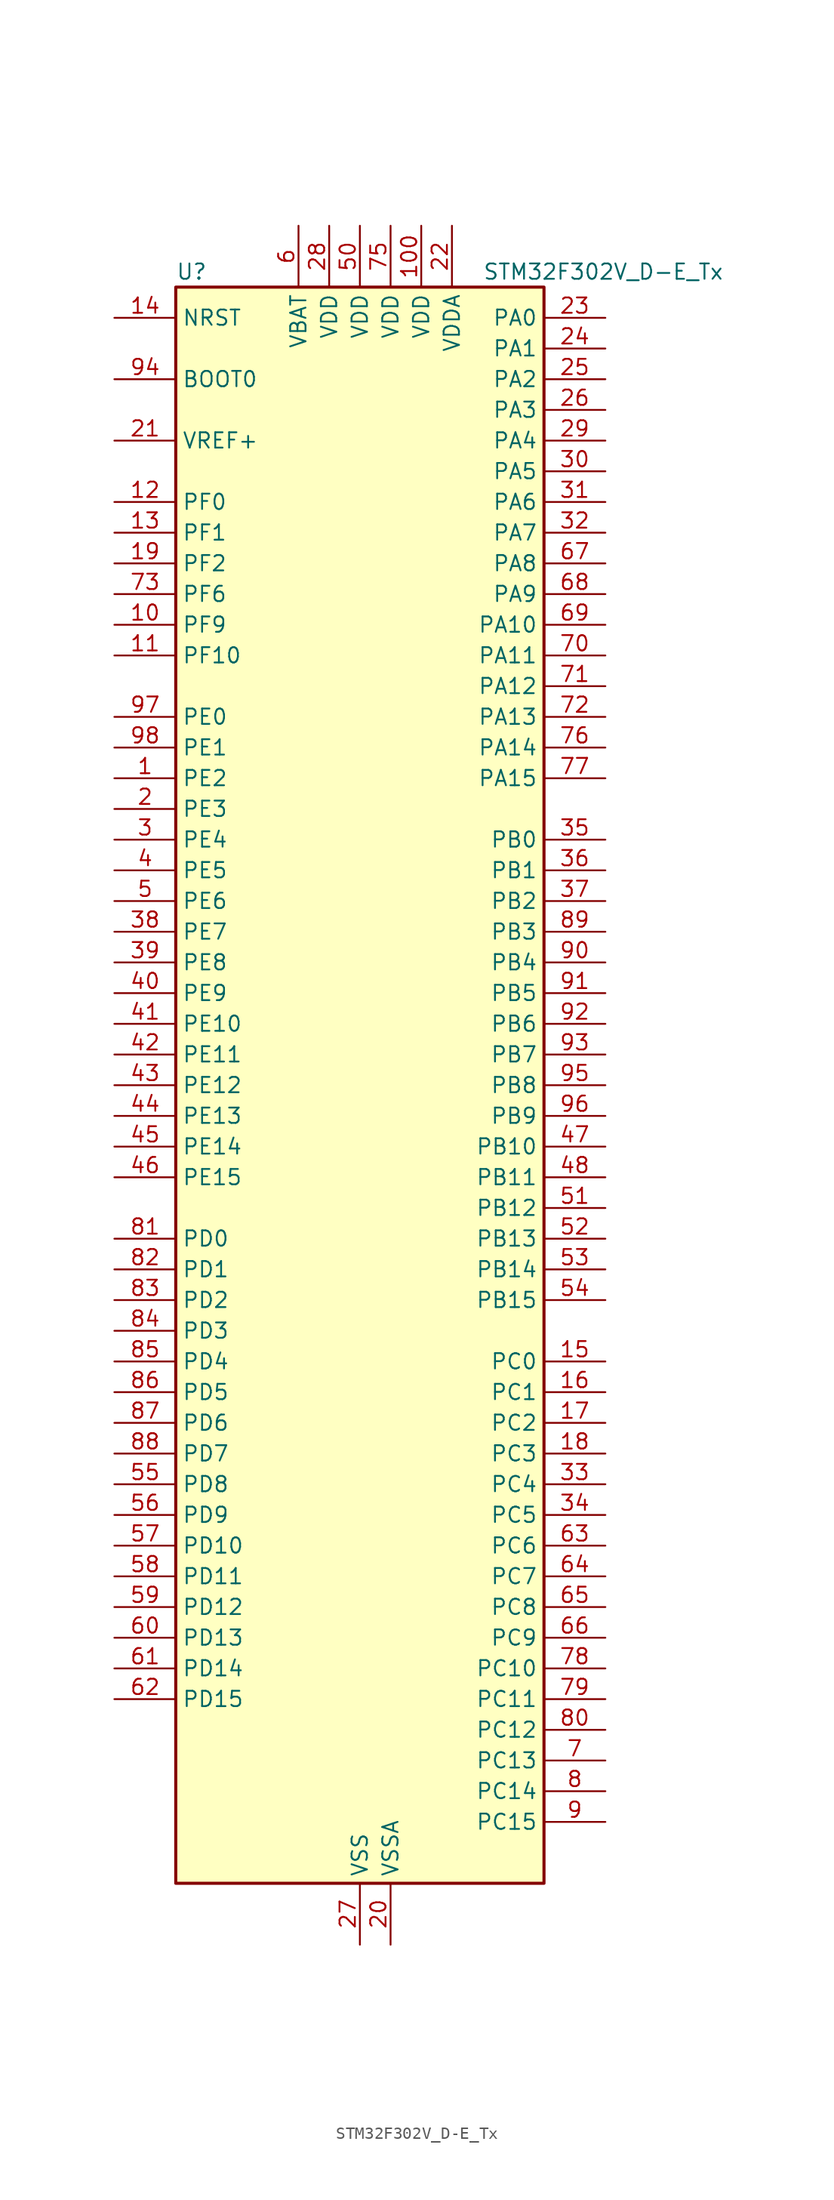
<source format=kicad_sym>
(kicad_symbol_lib
  (version 20220914)
  (generator kicad_symbol_editor)
  (symbol "STM32F302V_D-E_Tx"
    (property "Reference" "U"
      (at -15.24 67.31 0)
      (effects (font (size 1.27 1.27)) (justify left)))
    (property "Value" "STM32F302V_D-E_Tx"
      (at 10.16 67.31 0)
      (effects (font (size 1.27 1.27)) (justify left)))
    (property "ki_locked" ""
      (at 0 0 0)
      (effects (font (size 1.27 1.27))))
    (symbol "STM32F302V_D-E_Tx_0_1"
      (rectangle (start -15.24 -66.04) (end 15.24 66.04) (stroke (width 0.254) (type default)) (fill (type background))))
    (symbol "STM32F302V_D-E_Tx_1_1"
      (pin bidirectional line (at -20.32 25.4 0) (length 5.08) (name "PE2" (effects (font (size 1.27 1.27)))) (number "1" (effects (font (size 1.27 1.27)))) (alternate "FMC_A23" bidirectional line) (alternate "SPI4_SCK" bidirectional line) (alternate "SYS_TRACECK" bidirectional line) (alternate "TIM3_CH1" bidirectional line) (alternate "TSC_G7_IO1" bidirectional line))
      (pin bidirectional line (at -20.32 38.1 0) (length 5.08) (name "PF9" (effects (font (size 1.27 1.27)))) (number "10" (effects (font (size 1.27 1.27)))) (alternate "DAC1_EXTI9" bidirectional line) (alternate "FMC_CD" bidirectional line) (alternate "SPI2_SCK" bidirectional line) (alternate "TIM15_CH1" bidirectional line))
      (pin power_in line (at 5.08 71.12 270) (length 5.08) (name "VDD" (effects (font (size 1.27 1.27)))) (number "100" (effects (font (size 1.27 1.27)))))
      (pin bidirectional line (at -20.32 35.56 0) (length 5.08) (name "PF10" (effects (font (size 1.27 1.27)))) (number "11" (effects (font (size 1.27 1.27)))) (alternate "FMC_INTR" bidirectional line) (alternate "SPI2_SCK" bidirectional line) (alternate "TIM15_CH2" bidirectional line))
      (pin bidirectional line (at -20.32 48.26 0) (length 5.08) (name "PF0" (effects (font (size 1.27 1.27)))) (number "12" (effects (font (size 1.27 1.27)))) (alternate "I2C2_SDA" bidirectional line) (alternate "I2S2_WS" bidirectional line) (alternate "RCC_OSC_IN" bidirectional line) (alternate "SPI2_NSS" bidirectional line) (alternate "TIM1_CH3N" bidirectional line))
      (pin bidirectional line (at -20.32 45.72 0) (length 5.08) (name "PF1" (effects (font (size 1.27 1.27)))) (number "13" (effects (font (size 1.27 1.27)))) (alternate "I2C2_SCL" bidirectional line) (alternate "I2S2_CK" bidirectional line) (alternate "RCC_OSC_OUT" bidirectional line) (alternate "SPI2_SCK" bidirectional line))
      (pin input line (at -20.32 63.5 0) (length 5.08) (name "NRST" (effects (font (size 1.27 1.27)))) (number "14" (effects (font (size 1.27 1.27)))))
      (pin bidirectional line (at 20.32 -22.86 180) (length 5.08) (name "PC0" (effects (font (size 1.27 1.27)))) (number "15" (effects (font (size 1.27 1.27)))) (alternate "ADC1_IN6" bidirectional line) (alternate "ADC2_IN6" bidirectional line) (alternate "TIM1_CH1" bidirectional line))
      (pin bidirectional line (at 20.32 -25.4 180) (length 5.08) (name "PC1" (effects (font (size 1.27 1.27)))) (number "16" (effects (font (size 1.27 1.27)))) (alternate "ADC1_IN7" bidirectional line) (alternate "ADC2_IN7" bidirectional line) (alternate "TIM1_CH2" bidirectional line))
      (pin bidirectional line (at 20.32 -27.94 180) (length 5.08) (name "PC2" (effects (font (size 1.27 1.27)))) (number "17" (effects (font (size 1.27 1.27)))) (alternate "ADC1_IN8" bidirectional line) (alternate "ADC2_IN8" bidirectional line) (alternate "TIM1_CH3" bidirectional line))
      (pin bidirectional line (at 20.32 -30.48 180) (length 5.08) (name "PC3" (effects (font (size 1.27 1.27)))) (number "18" (effects (font (size 1.27 1.27)))) (alternate "ADC1_IN9" bidirectional line) (alternate "ADC2_IN9" bidirectional line) (alternate "TIM1_BKIN2" bidirectional line) (alternate "TIM1_CH4" bidirectional line))
      (pin bidirectional line (at -20.32 43.18 0) (length 5.08) (name "PF2" (effects (font (size 1.27 1.27)))) (number "19" (effects (font (size 1.27 1.27)))) (alternate "ADC1_IN10" bidirectional line) (alternate "ADC2_IN10" bidirectional line) (alternate "FMC_A2" bidirectional line))
      (pin bidirectional line (at -20.32 22.86 0) (length 5.08) (name "PE3" (effects (font (size 1.27 1.27)))) (number "2" (effects (font (size 1.27 1.27)))) (alternate "FMC_A19" bidirectional line) (alternate "SPI4_NSS" bidirectional line) (alternate "SYS_TRACED0" bidirectional line) (alternate "TIM3_CH2" bidirectional line) (alternate "TSC_G7_IO2" bidirectional line))
      (pin power_in line (at 2.54 -71.12 90) (length 5.08) (name "VSSA" (effects (font (size 1.27 1.27)))) (number "20" (effects (font (size 1.27 1.27)))))
      (pin input line (at -20.32 53.34 0) (length 5.08) (name "VREF+" (effects (font (size 1.27 1.27)))) (number "21" (effects (font (size 1.27 1.27)))))
      (pin power_in line (at 7.62 71.12 270) (length 5.08) (name "VDDA" (effects (font (size 1.27 1.27)))) (number "22" (effects (font (size 1.27 1.27)))))
      (pin bidirectional line (at 20.32 63.5 180) (length 5.08) (name "PA0" (effects (font (size 1.27 1.27)))) (number "23" (effects (font (size 1.27 1.27)))) (alternate "ADC1_IN1" bidirectional line) (alternate "COMP1_INM" bidirectional line) (alternate "COMP1_OUT" bidirectional line) (alternate "RTC_TAMP2" bidirectional line) (alternate "SYS_WKUP1" bidirectional line) (alternate "TIM2_CH1" bidirectional line) (alternate "TIM2_ETR" bidirectional line) (alternate "TSC_G1_IO1" bidirectional line) (alternate "USART2_CTS" bidirectional line))
      (pin bidirectional line (at 20.32 60.96 180) (length 5.08) (name "PA1" (effects (font (size 1.27 1.27)))) (number "24" (effects (font (size 1.27 1.27)))) (alternate "ADC1_IN2" bidirectional line) (alternate "COMP1_INP" bidirectional line) (alternate "OPAMP1_VINP" bidirectional line) (alternate "OPAMP1_VINP_SEC" bidirectional line) (alternate "RTC_REFIN" bidirectional line) (alternate "TIM15_CH1N" bidirectional line) (alternate "TIM2_CH2" bidirectional line) (alternate "TSC_G1_IO2" bidirectional line) (alternate "USART2_DE" bidirectional line) (alternate "USART2_RTS" bidirectional line))
      (pin bidirectional line (at 20.32 58.42 180) (length 5.08) (name "PA2" (effects (font (size 1.27 1.27)))) (number "25" (effects (font (size 1.27 1.27)))) (alternate "ADC1_IN3" bidirectional line) (alternate "COMP2_INM" bidirectional line) (alternate "COMP2_OUT" bidirectional line) (alternate "OPAMP1_VOUT" bidirectional line) (alternate "TIM15_CH1" bidirectional line) (alternate "TIM2_CH3" bidirectional line) (alternate "TSC_G1_IO3" bidirectional line) (alternate "USART2_TX" bidirectional line))
      (pin bidirectional line (at 20.32 55.88 180) (length 5.08) (name "PA3" (effects (font (size 1.27 1.27)))) (number "26" (effects (font (size 1.27 1.27)))) (alternate "ADC1_IN4" bidirectional line) (alternate "OPAMP1_VINM" bidirectional line) (alternate "OPAMP1_VINM_SEC" bidirectional line) (alternate "OPAMP1_VINP" bidirectional line) (alternate "OPAMP1_VINP_SEC" bidirectional line) (alternate "TIM15_CH2" bidirectional line) (alternate "TIM2_CH4" bidirectional line) (alternate "TSC_G1_IO4" bidirectional line) (alternate "USART2_RX" bidirectional line))
      (pin power_in line (at 0 -71.12 90) (length 5.08) (name "VSS" (effects (font (size 1.27 1.27)))) (number "27" (effects (font (size 1.27 1.27)))))
      (pin power_in line (at -2.54 71.12 270) (length 5.08) (name "VDD" (effects (font (size 1.27 1.27)))) (number "28" (effects (font (size 1.27 1.27)))))
      (pin bidirectional line (at 20.32 53.34 180) (length 5.08) (name "PA4" (effects (font (size 1.27 1.27)))) (number "29" (effects (font (size 1.27 1.27)))) (alternate "ADC2_IN1" bidirectional line) (alternate "COMP1_INM" bidirectional line) (alternate "COMP2_INM" bidirectional line) (alternate "COMP4_INM" bidirectional line) (alternate "COMP6_INM" bidirectional line) (alternate "DAC1_OUT1" bidirectional line) (alternate "I2S3_WS" bidirectional line) (alternate "SPI1_NSS" bidirectional line) (alternate "SPI3_NSS" bidirectional line) (alternate "TIM3_CH2" bidirectional line) (alternate "TSC_G2_IO1" bidirectional line) (alternate "USART2_CK" bidirectional line))
      (pin bidirectional line (at -20.32 20.32 0) (length 5.08) (name "PE4" (effects (font (size 1.27 1.27)))) (number "3" (effects (font (size 1.27 1.27)))) (alternate "FMC_A20" bidirectional line) (alternate "SPI4_NSS" bidirectional line) (alternate "SYS_TRACED1" bidirectional line) (alternate "TIM3_CH3" bidirectional line) (alternate "TSC_G7_IO3" bidirectional line))
      (pin bidirectional line (at 20.32 50.8 180) (length 5.08) (name "PA5" (effects (font (size 1.27 1.27)))) (number "30" (effects (font (size 1.27 1.27)))) (alternate "ADC2_IN2" bidirectional line) (alternate "COMP1_INM" bidirectional line) (alternate "COMP2_INM" bidirectional line) (alternate "COMP4_INM" bidirectional line) (alternate "COMP6_INM" bidirectional line) (alternate "OPAMP1_VINP" bidirectional line) (alternate "OPAMP1_VINP_SEC" bidirectional line) (alternate "OPAMP2_VINM" bidirectional line) (alternate "OPAMP2_VINM_SEC" bidirectional line) (alternate "SPI1_SCK" bidirectional line) (alternate "TIM2_CH1" bidirectional line) (alternate "TIM2_ETR" bidirectional line) (alternate "TSC_G2_IO2" bidirectional line))
      (pin bidirectional line (at 20.32 48.26 180) (length 5.08) (name "PA6" (effects (font (size 1.27 1.27)))) (number "31" (effects (font (size 1.27 1.27)))) (alternate "ADC2_IN3" bidirectional line) (alternate "COMP1_OUT" bidirectional line) (alternate "OPAMP2_VOUT" bidirectional line) (alternate "SPI1_MISO" bidirectional line) (alternate "TIM16_CH1" bidirectional line) (alternate "TIM1_BKIN" bidirectional line) (alternate "TIM3_CH1" bidirectional line) (alternate "TSC_G2_IO3" bidirectional line))
      (pin bidirectional line (at 20.32 45.72 180) (length 5.08) (name "PA7" (effects (font (size 1.27 1.27)))) (number "32" (effects (font (size 1.27 1.27)))) (alternate "ADC2_IN4" bidirectional line) (alternate "COMP2_INP" bidirectional line) (alternate "OPAMP1_VINP" bidirectional line) (alternate "OPAMP1_VINP_SEC" bidirectional line) (alternate "OPAMP2_VINP" bidirectional line) (alternate "OPAMP2_VINP_SEC" bidirectional line) (alternate "SPI1_MOSI" bidirectional line) (alternate "TIM17_CH1" bidirectional line) (alternate "TIM1_CH1N" bidirectional line) (alternate "TIM3_CH2" bidirectional line) (alternate "TSC_G2_IO4" bidirectional line))
      (pin bidirectional line (at 20.32 -33.02 180) (length 5.08) (name "PC4" (effects (font (size 1.27 1.27)))) (number "33" (effects (font (size 1.27 1.27)))) (alternate "ADC2_IN5" bidirectional line) (alternate "TIM1_ETR" bidirectional line) (alternate "USART1_TX" bidirectional line))
      (pin bidirectional line (at 20.32 -35.56 180) (length 5.08) (name "PC5" (effects (font (size 1.27 1.27)))) (number "34" (effects (font (size 1.27 1.27)))) (alternate "ADC2_IN11" bidirectional line) (alternate "OPAMP1_VINM" bidirectional line) (alternate "OPAMP1_VINM_SEC" bidirectional line) (alternate "OPAMP2_VINM" bidirectional line) (alternate "OPAMP2_VINM_SEC" bidirectional line) (alternate "TIM15_BKIN" bidirectional line) (alternate "TSC_G3_IO1" bidirectional line) (alternate "USART1_RX" bidirectional line))
      (pin bidirectional line (at 20.32 20.32 180) (length 5.08) (name "PB0" (effects (font (size 1.27 1.27)))) (number "35" (effects (font (size 1.27 1.27)))) (alternate "COMP4_INP" bidirectional line) (alternate "OPAMP2_VINP" bidirectional line) (alternate "OPAMP2_VINP_SEC" bidirectional line) (alternate "TIM1_CH2N" bidirectional line) (alternate "TIM3_CH3" bidirectional line) (alternate "TSC_G3_IO2" bidirectional line))
      (pin bidirectional line (at 20.32 17.78 180) (length 5.08) (name "PB1" (effects (font (size 1.27 1.27)))) (number "36" (effects (font (size 1.27 1.27)))) (alternate "COMP4_OUT" bidirectional line) (alternate "TIM1_CH3N" bidirectional line) (alternate "TIM3_CH4" bidirectional line) (alternate "TSC_G3_IO3" bidirectional line))
      (pin bidirectional line (at 20.32 15.24 180) (length 5.08) (name "PB2" (effects (font (size 1.27 1.27)))) (number "37" (effects (font (size 1.27 1.27)))) (alternate "ADC2_IN12" bidirectional line) (alternate "COMP4_INM" bidirectional line) (alternate "TSC_G3_IO4" bidirectional line))
      (pin bidirectional line (at -20.32 12.7 0) (length 5.08) (name "PE7" (effects (font (size 1.27 1.27)))) (number "38" (effects (font (size 1.27 1.27)))) (alternate "FMC_D4" bidirectional line) (alternate "FMC_DA4" bidirectional line) (alternate "TIM1_ETR" bidirectional line))
      (pin bidirectional line (at -20.32 10.16 0) (length 5.08) (name "PE8" (effects (font (size 1.27 1.27)))) (number "39" (effects (font (size 1.27 1.27)))) (alternate "COMP4_INM" bidirectional line) (alternate "FMC_D5" bidirectional line) (alternate "FMC_DA5" bidirectional line) (alternate "TIM1_CH1N" bidirectional line))
      (pin bidirectional line (at -20.32 17.78 0) (length 5.08) (name "PE5" (effects (font (size 1.27 1.27)))) (number "4" (effects (font (size 1.27 1.27)))) (alternate "FMC_A21" bidirectional line) (alternate "SPI4_MISO" bidirectional line) (alternate "SYS_TRACED2" bidirectional line) (alternate "TIM3_CH4" bidirectional line) (alternate "TSC_G7_IO4" bidirectional line))
      (pin bidirectional line (at -20.32 7.62 0) (length 5.08) (name "PE9" (effects (font (size 1.27 1.27)))) (number "40" (effects (font (size 1.27 1.27)))) (alternate "DAC1_EXTI9" bidirectional line) (alternate "FMC_D6" bidirectional line) (alternate "FMC_DA6" bidirectional line) (alternate "TIM1_CH1" bidirectional line))
      (pin bidirectional line (at -20.32 5.08 0) (length 5.08) (name "PE10" (effects (font (size 1.27 1.27)))) (number "41" (effects (font (size 1.27 1.27)))) (alternate "FMC_D7" bidirectional line) (alternate "FMC_DA7" bidirectional line) (alternate "TIM1_CH2N" bidirectional line))
      (pin bidirectional line (at -20.32 2.54 0) (length 5.08) (name "PE11" (effects (font (size 1.27 1.27)))) (number "42" (effects (font (size 1.27 1.27)))) (alternate "ADC1_EXTI11" bidirectional line) (alternate "ADC2_EXTI11" bidirectional line) (alternate "FMC_D8" bidirectional line) (alternate "FMC_DA8" bidirectional line) (alternate "SPI4_NSS" bidirectional line) (alternate "TIM1_CH2" bidirectional line))
      (pin bidirectional line (at -20.32 0 0) (length 5.08) (name "PE12" (effects (font (size 1.27 1.27)))) (number "43" (effects (font (size 1.27 1.27)))) (alternate "FMC_D9" bidirectional line) (alternate "FMC_DA9" bidirectional line) (alternate "SPI4_SCK" bidirectional line) (alternate "TIM1_CH3N" bidirectional line))
      (pin bidirectional line (at -20.32 -2.54 0) (length 5.08) (name "PE13" (effects (font (size 1.27 1.27)))) (number "44" (effects (font (size 1.27 1.27)))) (alternate "FMC_D10" bidirectional line) (alternate "FMC_DA10" bidirectional line) (alternate "SPI4_MISO" bidirectional line) (alternate "TIM1_CH3" bidirectional line))
      (pin bidirectional line (at -20.32 -5.08 0) (length 5.08) (name "PE14" (effects (font (size 1.27 1.27)))) (number "45" (effects (font (size 1.27 1.27)))) (alternate "FMC_D11" bidirectional line) (alternate "FMC_DA11" bidirectional line) (alternate "SPI4_MOSI" bidirectional line) (alternate "TIM1_BKIN2" bidirectional line) (alternate "TIM1_CH4" bidirectional line))
      (pin bidirectional line (at -20.32 -7.62 0) (length 5.08) (name "PE15" (effects (font (size 1.27 1.27)))) (number "46" (effects (font (size 1.27 1.27)))) (alternate "ADC1_EXTI15" bidirectional line) (alternate "ADC2_EXTI15" bidirectional line) (alternate "FMC_D12" bidirectional line) (alternate "FMC_DA12" bidirectional line) (alternate "TIM1_BKIN" bidirectional line) (alternate "USART3_RX" bidirectional line))
      (pin bidirectional line (at 20.32 -5.08 180) (length 5.08) (name "PB10" (effects (font (size 1.27 1.27)))) (number "47" (effects (font (size 1.27 1.27)))) (alternate "TIM2_CH3" bidirectional line) (alternate "TSC_SYNC" bidirectional line) (alternate "USART3_TX" bidirectional line))
      (pin bidirectional line (at 20.32 -7.62 180) (length 5.08) (name "PB11" (effects (font (size 1.27 1.27)))) (number "48" (effects (font (size 1.27 1.27)))) (alternate "ADC1_EXTI11" bidirectional line) (alternate "ADC1_IN14" bidirectional line) (alternate "ADC2_EXTI11" bidirectional line) (alternate "ADC2_IN14" bidirectional line) (alternate "COMP6_INP" bidirectional line) (alternate "TIM2_CH4" bidirectional line) (alternate "TSC_G6_IO1" bidirectional line) (alternate "USART3_RX" bidirectional line))
      (pin passive line (at 0 -71.12 90) (length 5.08) hide (name "VSS" (effects (font (size 1.27 1.27)))) (number "49" (effects (font (size 1.27 1.27)))))
      (pin bidirectional line (at -20.32 15.24 0) (length 5.08) (name "PE6" (effects (font (size 1.27 1.27)))) (number "5" (effects (font (size 1.27 1.27)))) (alternate "FMC_A22" bidirectional line) (alternate "RTC_TAMP3" bidirectional line) (alternate "SPI4_MOSI" bidirectional line) (alternate "SYS_TRACED3" bidirectional line) (alternate "SYS_WKUP3" bidirectional line))
      (pin power_in line (at 0 71.12 270) (length 5.08) (name "VDD" (effects (font (size 1.27 1.27)))) (number "50" (effects (font (size 1.27 1.27)))))
      (pin bidirectional line (at 20.32 -10.16 180) (length 5.08) (name "PB12" (effects (font (size 1.27 1.27)))) (number "51" (effects (font (size 1.27 1.27)))) (alternate "I2C2_SMBA" bidirectional line) (alternate "I2S2_WS" bidirectional line) (alternate "SPI2_NSS" bidirectional line) (alternate "TIM1_BKIN" bidirectional line) (alternate "TSC_G6_IO2" bidirectional line) (alternate "USART3_CK" bidirectional line))
      (pin bidirectional line (at 20.32 -12.7 180) (length 5.08) (name "PB13" (effects (font (size 1.27 1.27)))) (number "52" (effects (font (size 1.27 1.27)))) (alternate "I2S2_CK" bidirectional line) (alternate "SPI2_SCK" bidirectional line) (alternate "TIM1_CH1N" bidirectional line) (alternate "TSC_G6_IO3" bidirectional line) (alternate "USART3_CTS" bidirectional line))
      (pin bidirectional line (at 20.32 -15.24 180) (length 5.08) (name "PB14" (effects (font (size 1.27 1.27)))) (number "53" (effects (font (size 1.27 1.27)))) (alternate "I2S2_ext_SD" bidirectional line) (alternate "OPAMP2_VINP" bidirectional line) (alternate "OPAMP2_VINP_SEC" bidirectional line) (alternate "SPI2_MISO" bidirectional line) (alternate "TIM15_CH1" bidirectional line) (alternate "TIM1_CH2N" bidirectional line) (alternate "TSC_G6_IO4" bidirectional line) (alternate "USART3_DE" bidirectional line) (alternate "USART3_RTS" bidirectional line))
      (pin bidirectional line (at 20.32 -17.78 180) (length 5.08) (name "PB15" (effects (font (size 1.27 1.27)))) (number "54" (effects (font (size 1.27 1.27)))) (alternate "ADC1_EXTI15" bidirectional line) (alternate "ADC2_EXTI15" bidirectional line) (alternate "COMP6_INM" bidirectional line) (alternate "I2S2_SD" bidirectional line) (alternate "RTC_REFIN" bidirectional line) (alternate "SPI2_MOSI" bidirectional line) (alternate "TIM15_CH1N" bidirectional line) (alternate "TIM15_CH2" bidirectional line) (alternate "TIM1_CH3N" bidirectional line))
      (pin bidirectional line (at -20.32 -33.02 0) (length 5.08) (name "PD8" (effects (font (size 1.27 1.27)))) (number "55" (effects (font (size 1.27 1.27)))) (alternate "FMC_D13" bidirectional line) (alternate "FMC_DA13" bidirectional line) (alternate "USART3_TX" bidirectional line))
      (pin bidirectional line (at -20.32 -35.56 0) (length 5.08) (name "PD9" (effects (font (size 1.27 1.27)))) (number "56" (effects (font (size 1.27 1.27)))) (alternate "DAC1_EXTI9" bidirectional line) (alternate "FMC_D14" bidirectional line) (alternate "FMC_DA14" bidirectional line) (alternate "USART3_RX" bidirectional line))
      (pin bidirectional line (at -20.32 -38.1 0) (length 5.08) (name "PD10" (effects (font (size 1.27 1.27)))) (number "57" (effects (font (size 1.27 1.27)))) (alternate "COMP6_INM" bidirectional line) (alternate "FMC_D15" bidirectional line) (alternate "FMC_DA15" bidirectional line) (alternate "USART3_CK" bidirectional line))
      (pin bidirectional line (at -20.32 -40.64 0) (length 5.08) (name "PD11" (effects (font (size 1.27 1.27)))) (number "58" (effects (font (size 1.27 1.27)))) (alternate "ADC1_EXTI11" bidirectional line) (alternate "ADC2_EXTI11" bidirectional line) (alternate "FMC_A16" bidirectional line) (alternate "FMC_CLE" bidirectional line) (alternate "USART3_CTS" bidirectional line))
      (pin bidirectional line (at -20.32 -43.18 0) (length 5.08) (name "PD12" (effects (font (size 1.27 1.27)))) (number "59" (effects (font (size 1.27 1.27)))) (alternate "FMC_A17" bidirectional line) (alternate "FMC_ALE" bidirectional line) (alternate "TIM4_CH1" bidirectional line) (alternate "TSC_G8_IO1" bidirectional line) (alternate "USART3_DE" bidirectional line) (alternate "USART3_RTS" bidirectional line))
      (pin power_in line (at -5.08 71.12 270) (length 5.08) (name "VBAT" (effects (font (size 1.27 1.27)))) (number "6" (effects (font (size 1.27 1.27)))))
      (pin bidirectional line (at -20.32 -45.72 0) (length 5.08) (name "PD13" (effects (font (size 1.27 1.27)))) (number "60" (effects (font (size 1.27 1.27)))) (alternate "FMC_A18" bidirectional line) (alternate "TIM4_CH2" bidirectional line) (alternate "TSC_G8_IO2" bidirectional line))
      (pin bidirectional line (at -20.32 -48.26 0) (length 5.08) (name "PD14" (effects (font (size 1.27 1.27)))) (number "61" (effects (font (size 1.27 1.27)))) (alternate "FMC_D0" bidirectional line) (alternate "FMC_DA0" bidirectional line) (alternate "OPAMP2_VINP" bidirectional line) (alternate "OPAMP2_VINP_SEC" bidirectional line) (alternate "TIM4_CH3" bidirectional line) (alternate "TSC_G8_IO3" bidirectional line))
      (pin bidirectional line (at -20.32 -50.8 0) (length 5.08) (name "PD15" (effects (font (size 1.27 1.27)))) (number "62" (effects (font (size 1.27 1.27)))) (alternate "ADC1_EXTI15" bidirectional line) (alternate "ADC2_EXTI15" bidirectional line) (alternate "FMC_D1" bidirectional line) (alternate "FMC_DA1" bidirectional line) (alternate "SPI2_NSS" bidirectional line) (alternate "TIM4_CH4" bidirectional line) (alternate "TSC_G8_IO4" bidirectional line))
      (pin bidirectional line (at 20.32 -38.1 180) (length 5.08) (name "PC6" (effects (font (size 1.27 1.27)))) (number "63" (effects (font (size 1.27 1.27)))) (alternate "COMP6_OUT" bidirectional line) (alternate "I2S2_MCK" bidirectional line) (alternate "TIM3_CH1" bidirectional line))
      (pin bidirectional line (at 20.32 -40.64 180) (length 5.08) (name "PC7" (effects (font (size 1.27 1.27)))) (number "64" (effects (font (size 1.27 1.27)))) (alternate "I2S3_MCK" bidirectional line) (alternate "TIM3_CH2" bidirectional line))
      (pin bidirectional line (at 20.32 -43.18 180) (length 5.08) (name "PC8" (effects (font (size 1.27 1.27)))) (number "65" (effects (font (size 1.27 1.27)))) (alternate "TIM3_CH3" bidirectional line))
      (pin bidirectional line (at 20.32 -45.72 180) (length 5.08) (name "PC9" (effects (font (size 1.27 1.27)))) (number "66" (effects (font (size 1.27 1.27)))) (alternate "DAC1_EXTI9" bidirectional line) (alternate "I2C3_SDA" bidirectional line) (alternate "I2S_CKIN" bidirectional line) (alternate "TIM3_CH4" bidirectional line))
      (pin bidirectional line (at 20.32 43.18 180) (length 5.08) (name "PA8" (effects (font (size 1.27 1.27)))) (number "67" (effects (font (size 1.27 1.27)))) (alternate "I2C2_SMBA" bidirectional line) (alternate "I2C3_SCL" bidirectional line) (alternate "I2S2_MCK" bidirectional line) (alternate "RCC_MCO" bidirectional line) (alternate "TIM1_CH1" bidirectional line) (alternate "TIM4_ETR" bidirectional line) (alternate "USART1_CK" bidirectional line))
      (pin bidirectional line (at 20.32 40.64 180) (length 5.08) (name "PA9" (effects (font (size 1.27 1.27)))) (number "68" (effects (font (size 1.27 1.27)))) (alternate "DAC1_EXTI9" bidirectional line) (alternate "I2C2_SCL" bidirectional line) (alternate "I2C3_SMBA" bidirectional line) (alternate "I2S3_MCK" bidirectional line) (alternate "TIM15_BKIN" bidirectional line) (alternate "TIM1_CH2" bidirectional line) (alternate "TIM2_CH3" bidirectional line) (alternate "TSC_G4_IO1" bidirectional line) (alternate "USART1_TX" bidirectional line))
      (pin bidirectional line (at 20.32 38.1 180) (length 5.08) (name "PA10" (effects (font (size 1.27 1.27)))) (number "69" (effects (font (size 1.27 1.27)))) (alternate "COMP6_OUT" bidirectional line) (alternate "I2C2_SDA" bidirectional line) (alternate "I2S2_ext_SD" bidirectional line) (alternate "SPI2_MISO" bidirectional line) (alternate "TIM17_BKIN" bidirectional line) (alternate "TIM1_CH3" bidirectional line) (alternate "TIM2_CH4" bidirectional line) (alternate "TSC_G4_IO2" bidirectional line) (alternate "USART1_RX" bidirectional line))
      (pin bidirectional line (at 20.32 -55.88 180) (length 5.08) (name "PC13" (effects (font (size 1.27 1.27)))) (number "7" (effects (font (size 1.27 1.27)))) (alternate "RTC_OUT_ALARM" bidirectional line) (alternate "RTC_OUT_CALIB" bidirectional line) (alternate "RTC_TAMP1" bidirectional line) (alternate "RTC_TS" bidirectional line) (alternate "SYS_WKUP2" bidirectional line) (alternate "TIM1_CH1N" bidirectional line))
      (pin bidirectional line (at 20.32 35.56 180) (length 5.08) (name "PA11" (effects (font (size 1.27 1.27)))) (number "70" (effects (font (size 1.27 1.27)))) (alternate "ADC1_EXTI11" bidirectional line) (alternate "ADC2_EXTI11" bidirectional line) (alternate "CAN_RX" bidirectional line) (alternate "COMP1_OUT" bidirectional line) (alternate "I2S2_SD" bidirectional line) (alternate "SPI2_MOSI" bidirectional line) (alternate "TIM1_BKIN2" bidirectional line) (alternate "TIM1_CH1N" bidirectional line) (alternate "TIM1_CH4" bidirectional line) (alternate "TIM4_CH1" bidirectional line) (alternate "USART1_CTS" bidirectional line) (alternate "USB_DM" bidirectional line))
      (pin bidirectional line (at 20.32 33.02 180) (length 5.08) (name "PA12" (effects (font (size 1.27 1.27)))) (number "71" (effects (font (size 1.27 1.27)))) (alternate "CAN_TX" bidirectional line) (alternate "COMP2_OUT" bidirectional line) (alternate "I2S_CKIN" bidirectional line) (alternate "TIM16_CH1" bidirectional line) (alternate "TIM1_CH2N" bidirectional line) (alternate "TIM1_ETR" bidirectional line) (alternate "TIM4_CH2" bidirectional line) (alternate "USART1_DE" bidirectional line) (alternate "USART1_RTS" bidirectional line) (alternate "USB_DP" bidirectional line))
      (pin bidirectional line (at 20.32 30.48 180) (length 5.08) (name "PA13" (effects (font (size 1.27 1.27)))) (number "72" (effects (font (size 1.27 1.27)))) (alternate "IR_OUT" bidirectional line) (alternate "SYS_JTMS-SWDIO" bidirectional line) (alternate "TIM16_CH1N" bidirectional line) (alternate "TIM4_CH3" bidirectional line) (alternate "TSC_G4_IO3" bidirectional line) (alternate "USART3_CTS" bidirectional line))
      (pin bidirectional line (at -20.32 40.64 0) (length 5.08) (name "PF6" (effects (font (size 1.27 1.27)))) (number "73" (effects (font (size 1.27 1.27)))) (alternate "FMC_NIORD" bidirectional line) (alternate "I2C2_SCL" bidirectional line) (alternate "TIM4_CH4" bidirectional line) (alternate "USART3_DE" bidirectional line) (alternate "USART3_RTS" bidirectional line))
      (pin passive line (at 0 -71.12 90) (length 5.08) hide (name "VSS" (effects (font (size 1.27 1.27)))) (number "74" (effects (font (size 1.27 1.27)))))
      (pin power_in line (at 2.54 71.12 270) (length 5.08) (name "VDD" (effects (font (size 1.27 1.27)))) (number "75" (effects (font (size 1.27 1.27)))))
      (pin bidirectional line (at 20.32 27.94 180) (length 5.08) (name "PA14" (effects (font (size 1.27 1.27)))) (number "76" (effects (font (size 1.27 1.27)))) (alternate "I2C1_SDA" bidirectional line) (alternate "SYS_JTCK-SWCLK" bidirectional line) (alternate "TIM1_BKIN" bidirectional line) (alternate "TSC_G4_IO4" bidirectional line) (alternate "USART2_TX" bidirectional line))
      (pin bidirectional line (at 20.32 25.4 180) (length 5.08) (name "PA15" (effects (font (size 1.27 1.27)))) (number "77" (effects (font (size 1.27 1.27)))) (alternate "ADC1_EXTI15" bidirectional line) (alternate "ADC2_EXTI15" bidirectional line) (alternate "I2C1_SCL" bidirectional line) (alternate "I2S3_WS" bidirectional line) (alternate "SPI1_NSS" bidirectional line) (alternate "SPI3_NSS" bidirectional line) (alternate "SYS_JTDI" bidirectional line) (alternate "TIM1_BKIN" bidirectional line) (alternate "TIM2_CH1" bidirectional line) (alternate "TIM2_ETR" bidirectional line) (alternate "TSC_SYNC" bidirectional line) (alternate "USART2_RX" bidirectional line))
      (pin bidirectional line (at 20.32 -48.26 180) (length 5.08) (name "PC10" (effects (font (size 1.27 1.27)))) (number "78" (effects (font (size 1.27 1.27)))) (alternate "I2S3_CK" bidirectional line) (alternate "SPI3_SCK" bidirectional line) (alternate "UART4_TX" bidirectional line) (alternate "USART3_TX" bidirectional line))
      (pin bidirectional line (at 20.32 -50.8 180) (length 5.08) (name "PC11" (effects (font (size 1.27 1.27)))) (number "79" (effects (font (size 1.27 1.27)))) (alternate "ADC1_EXTI11" bidirectional line) (alternate "ADC2_EXTI11" bidirectional line) (alternate "I2S3_ext_SD" bidirectional line) (alternate "SPI3_MISO" bidirectional line) (alternate "UART4_RX" bidirectional line) (alternate "USART3_RX" bidirectional line))
      (pin bidirectional line (at 20.32 -58.42 180) (length 5.08) (name "PC14" (effects (font (size 1.27 1.27)))) (number "8" (effects (font (size 1.27 1.27)))) (alternate "RCC_OSC32_IN" bidirectional line))
      (pin bidirectional line (at 20.32 -53.34 180) (length 5.08) (name "PC12" (effects (font (size 1.27 1.27)))) (number "80" (effects (font (size 1.27 1.27)))) (alternate "I2S3_SD" bidirectional line) (alternate "SPI3_MOSI" bidirectional line) (alternate "UART5_TX" bidirectional line) (alternate "USART3_CK" bidirectional line))
      (pin bidirectional line (at -20.32 -12.7 0) (length 5.08) (name "PD0" (effects (font (size 1.27 1.27)))) (number "81" (effects (font (size 1.27 1.27)))) (alternate "CAN_RX" bidirectional line) (alternate "FMC_D2" bidirectional line) (alternate "FMC_DA2" bidirectional line))
      (pin bidirectional line (at -20.32 -15.24 0) (length 5.08) (name "PD1" (effects (font (size 1.27 1.27)))) (number "82" (effects (font (size 1.27 1.27)))) (alternate "CAN_TX" bidirectional line) (alternate "FMC_D3" bidirectional line) (alternate "FMC_DA3" bidirectional line))
      (pin bidirectional line (at -20.32 -17.78 0) (length 5.08) (name "PD2" (effects (font (size 1.27 1.27)))) (number "83" (effects (font (size 1.27 1.27)))) (alternate "TIM3_ETR" bidirectional line) (alternate "UART5_RX" bidirectional line))
      (pin bidirectional line (at -20.32 -20.32 0) (length 5.08) (name "PD3" (effects (font (size 1.27 1.27)))) (number "84" (effects (font (size 1.27 1.27)))) (alternate "FMC_CLK" bidirectional line) (alternate "TIM2_CH1" bidirectional line) (alternate "TIM2_ETR" bidirectional line) (alternate "USART2_CTS" bidirectional line))
      (pin bidirectional line (at -20.32 -22.86 0) (length 5.08) (name "PD4" (effects (font (size 1.27 1.27)))) (number "85" (effects (font (size 1.27 1.27)))) (alternate "FMC_NOE" bidirectional line) (alternate "TIM2_CH2" bidirectional line) (alternate "USART2_DE" bidirectional line) (alternate "USART2_RTS" bidirectional line))
      (pin bidirectional line (at -20.32 -25.4 0) (length 5.08) (name "PD5" (effects (font (size 1.27 1.27)))) (number "86" (effects (font (size 1.27 1.27)))) (alternate "FMC_NWE" bidirectional line) (alternate "USART2_TX" bidirectional line))
      (pin bidirectional line (at -20.32 -27.94 0) (length 5.08) (name "PD6" (effects (font (size 1.27 1.27)))) (number "87" (effects (font (size 1.27 1.27)))) (alternate "FMC_NWAIT" bidirectional line) (alternate "TIM2_CH4" bidirectional line) (alternate "USART2_RX" bidirectional line))
      (pin bidirectional line (at -20.32 -30.48 0) (length 5.08) (name "PD7" (effects (font (size 1.27 1.27)))) (number "88" (effects (font (size 1.27 1.27)))) (alternate "FMC_NCE2" bidirectional line) (alternate "FMC_NE1" bidirectional line) (alternate "TIM2_CH3" bidirectional line) (alternate "USART2_CK" bidirectional line))
      (pin bidirectional line (at 20.32 12.7 180) (length 5.08) (name "PB3" (effects (font (size 1.27 1.27)))) (number "89" (effects (font (size 1.27 1.27)))) (alternate "I2S3_CK" bidirectional line) (alternate "SPI1_SCK" bidirectional line) (alternate "SPI3_SCK" bidirectional line) (alternate "SYS_JTDO-TRACESWO" bidirectional line) (alternate "TIM2_CH2" bidirectional line) (alternate "TIM3_ETR" bidirectional line) (alternate "TIM4_ETR" bidirectional line) (alternate "TSC_G5_IO1" bidirectional line) (alternate "USART2_TX" bidirectional line))
      (pin bidirectional line (at 20.32 -60.96 180) (length 5.08) (name "PC15" (effects (font (size 1.27 1.27)))) (number "9" (effects (font (size 1.27 1.27)))) (alternate "ADC1_EXTI15" bidirectional line) (alternate "ADC2_EXTI15" bidirectional line) (alternate "RCC_OSC32_OUT" bidirectional line))
      (pin bidirectional line (at 20.32 10.16 180) (length 5.08) (name "PB4" (effects (font (size 1.27 1.27)))) (number "90" (effects (font (size 1.27 1.27)))) (alternate "I2S3_ext_SD" bidirectional line) (alternate "SPI1_MISO" bidirectional line) (alternate "SPI3_MISO" bidirectional line) (alternate "SYS_NJTRST" bidirectional line) (alternate "TIM16_CH1" bidirectional line) (alternate "TIM17_BKIN" bidirectional line) (alternate "TIM3_CH1" bidirectional line) (alternate "TSC_G5_IO2" bidirectional line) (alternate "USART2_RX" bidirectional line))
      (pin bidirectional line (at 20.32 7.62 180) (length 5.08) (name "PB5" (effects (font (size 1.27 1.27)))) (number "91" (effects (font (size 1.27 1.27)))) (alternate "I2C1_SMBA" bidirectional line) (alternate "I2C3_SDA" bidirectional line) (alternate "I2S3_SD" bidirectional line) (alternate "SPI1_MOSI" bidirectional line) (alternate "SPI3_MOSI" bidirectional line) (alternate "TIM16_BKIN" bidirectional line) (alternate "TIM17_CH1" bidirectional line) (alternate "TIM3_CH2" bidirectional line) (alternate "USART2_CK" bidirectional line))
      (pin bidirectional line (at 20.32 5.08 180) (length 5.08) (name "PB6" (effects (font (size 1.27 1.27)))) (number "92" (effects (font (size 1.27 1.27)))) (alternate "I2C1_SCL" bidirectional line) (alternate "TIM16_CH1N" bidirectional line) (alternate "TIM4_CH1" bidirectional line) (alternate "TSC_G5_IO3" bidirectional line) (alternate "USART1_TX" bidirectional line))
      (pin bidirectional line (at 20.32 2.54 180) (length 5.08) (name "PB7" (effects (font (size 1.27 1.27)))) (number "93" (effects (font (size 1.27 1.27)))) (alternate "FMC_NL" bidirectional line) (alternate "I2C1_SDA" bidirectional line) (alternate "TIM17_CH1N" bidirectional line) (alternate "TIM3_CH4" bidirectional line) (alternate "TIM4_CH2" bidirectional line) (alternate "TSC_G5_IO4" bidirectional line) (alternate "USART1_RX" bidirectional line))
      (pin input line (at -20.32 58.42 0) (length 5.08) (name "BOOT0" (effects (font (size 1.27 1.27)))) (number "94" (effects (font (size 1.27 1.27)))))
      (pin bidirectional line (at 20.32 0 180) (length 5.08) (name "PB8" (effects (font (size 1.27 1.27)))) (number "95" (effects (font (size 1.27 1.27)))) (alternate "CAN_RX" bidirectional line) (alternate "COMP1_OUT" bidirectional line) (alternate "I2C1_SCL" bidirectional line) (alternate "TIM16_CH1" bidirectional line) (alternate "TIM1_BKIN" bidirectional line) (alternate "TIM4_CH3" bidirectional line) (alternate "TSC_SYNC" bidirectional line) (alternate "USART3_RX" bidirectional line))
      (pin bidirectional line (at 20.32 -2.54 180) (length 5.08) (name "PB9" (effects (font (size 1.27 1.27)))) (number "96" (effects (font (size 1.27 1.27)))) (alternate "CAN_TX" bidirectional line) (alternate "COMP2_OUT" bidirectional line) (alternate "DAC1_EXTI9" bidirectional line) (alternate "I2C1_SDA" bidirectional line) (alternate "IR_OUT" bidirectional line) (alternate "TIM17_CH1" bidirectional line) (alternate "TIM4_CH4" bidirectional line) (alternate "USART3_TX" bidirectional line))
      (pin bidirectional line (at -20.32 30.48 0) (length 5.08) (name "PE0" (effects (font (size 1.27 1.27)))) (number "97" (effects (font (size 1.27 1.27)))) (alternate "FMC_NBL0" bidirectional line) (alternate "TIM16_CH1" bidirectional line) (alternate "TIM4_ETR" bidirectional line) (alternate "USART1_TX" bidirectional line))
      (pin bidirectional line (at -20.32 27.94 0) (length 5.08) (name "PE1" (effects (font (size 1.27 1.27)))) (number "98" (effects (font (size 1.27 1.27)))) (alternate "FMC_NBL1" bidirectional line) (alternate "TIM17_CH1" bidirectional line) (alternate "USART1_RX" bidirectional line))
      (pin passive line (at 0 -71.12 90) (length 5.08) hide (name "VSS" (effects (font (size 1.27 1.27)))) (number "99" (effects (font (size 1.27 1.27))))))))
</source>
